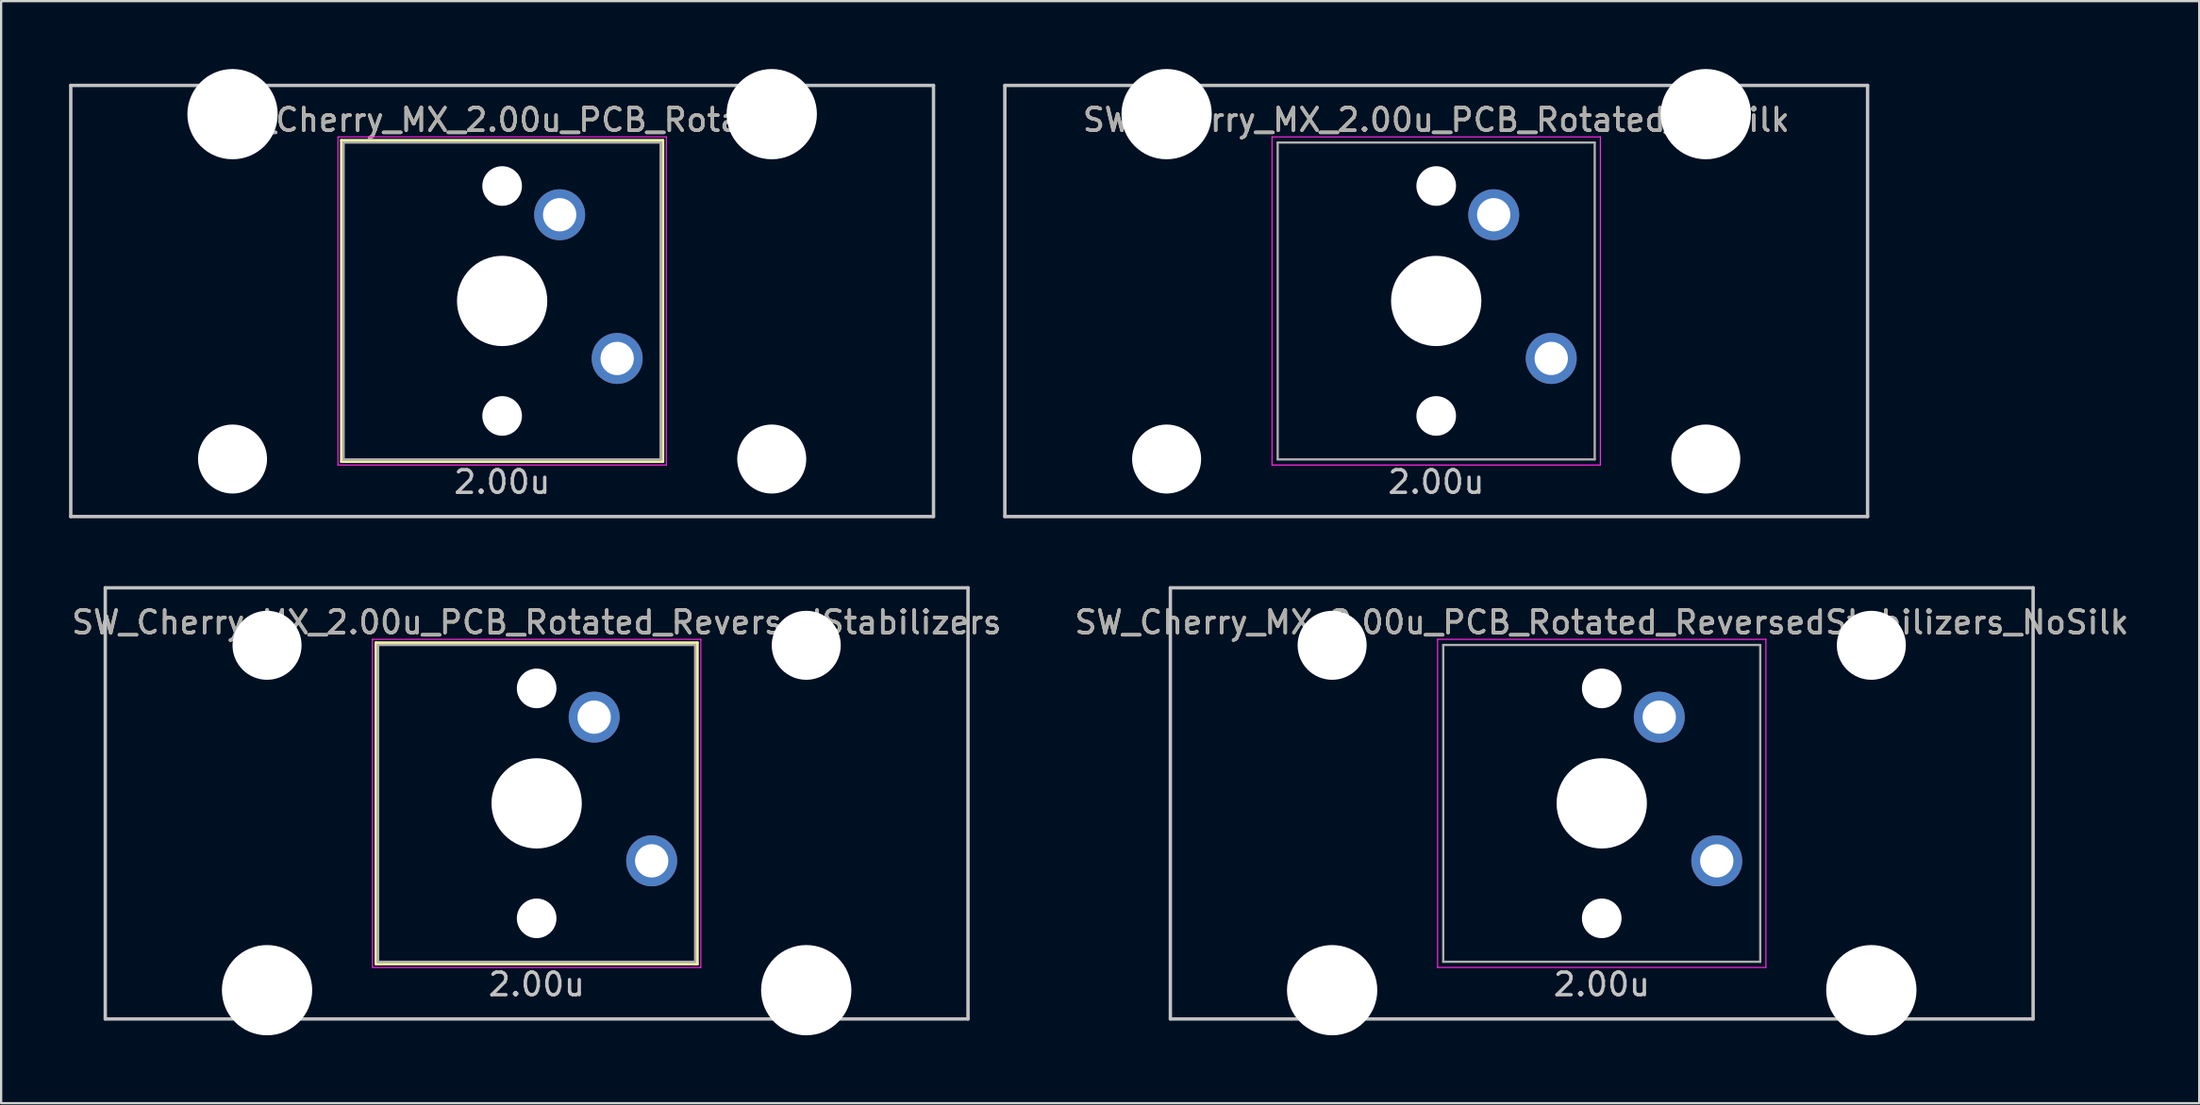
<source format=kicad_pcb>
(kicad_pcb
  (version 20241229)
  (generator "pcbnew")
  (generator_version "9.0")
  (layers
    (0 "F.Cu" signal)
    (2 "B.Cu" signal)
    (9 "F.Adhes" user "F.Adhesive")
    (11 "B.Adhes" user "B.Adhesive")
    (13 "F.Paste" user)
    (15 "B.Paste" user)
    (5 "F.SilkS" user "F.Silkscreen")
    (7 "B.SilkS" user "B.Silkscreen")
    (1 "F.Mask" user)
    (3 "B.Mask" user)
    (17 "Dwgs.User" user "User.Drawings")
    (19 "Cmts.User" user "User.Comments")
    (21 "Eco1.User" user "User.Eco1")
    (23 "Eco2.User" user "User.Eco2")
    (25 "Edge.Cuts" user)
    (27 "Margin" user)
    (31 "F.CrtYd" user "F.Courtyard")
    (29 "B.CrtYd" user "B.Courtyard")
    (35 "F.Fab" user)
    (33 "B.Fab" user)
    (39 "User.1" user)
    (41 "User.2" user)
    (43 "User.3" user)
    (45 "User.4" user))
  (footprint "SW_Cherry_MX_2.00u_PCB_Rotated_ReversedStabilizers_NoSilk"
    (layer "F.Cu")
    (at 67.685 32.449)
    (property "Reference" "SW_Cherry_MX_2.00u_PCB_Rotated_ReversedStabilizers_NoSilk" (at 0 -8 0) (layer "F.SilkS") (effects (font (size 1 1) (thickness 0.15))))
    (attr through_hole)
    (fp_line (start -19.05 9.525) (end -19.05 -9.525) (stroke (width 0.15) (type solid)) (layer "Dwgs.User"))
    (fp_line (start 19.05 -9.525) (end -19.05 -9.525) (stroke (width 0.15) (type solid)) (layer "Dwgs.User"))
    (fp_line (start 19.05 -9.525) (end 19.05 9.525) (stroke (width 0.15) (type solid)) (layer "Dwgs.User"))
    (fp_line (start 19.05 9.525) (end -19.05 9.525) (stroke (width 0.15) (type solid)) (layer "Dwgs.User"))
    (fp_line (start -7.25 -7.25) (end 7.25 -7.25) (stroke (width 0.05) (type solid)) (layer "F.CrtYd"))
    (fp_line (start -7.25 7.25) (end -7.25 -7.25) (stroke (width 0.05) (type solid)) (layer "F.CrtYd"))
    (fp_line (start 7.25 -7.25) (end 7.25 7.25) (stroke (width 0.05) (type solid)) (layer "F.CrtYd"))
    (fp_line (start 7.25 7.25) (end -7.25 7.25) (stroke (width 0.05) (type solid)) (layer "F.CrtYd"))
    (fp_line (start -7 -7) (end 7 -7) (stroke (width 0.1) (type solid)) (layer "F.Fab"))
    (fp_line (start -7 7) (end -7 -7) (stroke (width 0.1) (type solid)) (layer "F.Fab"))
    (fp_line (start 7 -7) (end 7 7) (stroke (width 0.1) (type solid)) (layer "F.Fab"))
    (fp_line (start 7 7) (end -7 7) (stroke (width 0.1) (type solid)) (layer "F.Fab"))
    (fp_text user "2.00u" (at 0 8 0) (layer "Dwgs.User") (effects (font (size 1 1) (thickness 0.15))))
    (fp_text user "${REFERENCE}" (at 0 -8 0) (layer "F.Fab") (effects (font (size 1 1) (thickness 0.15))))
    (pad "" np_thru_hole circle (at -11.906 -6.985 180) (size 3.048 3.048) (drill 3.048) (layers "*.Cu" "*.Mask"))
    (pad "" np_thru_hole circle (at -11.906 8.255 180) (size 3.988 3.988) (drill 3.988) (layers "*.Cu" "*.Mask"))
    (pad "" np_thru_hole circle (at 0 -5.08 318.1) (size 1.75 1.75) (drill 1.75) (layers "*.Cu" "*.Mask"))
    (pad "" np_thru_hole circle (at 0 0 270) (size 3.988 3.988) (drill 3.988) (layers "*.Cu" "*.Mask"))
    (pad "" np_thru_hole circle (at 0 5.08 318.1) (size 1.75 1.75) (drill 1.75) (layers "*.Cu" "*.Mask"))
    (pad "" np_thru_hole circle (at 11.906 -6.985 180) (size 3.048 3.048) (drill 3.048) (layers "*.Cu" "*.Mask"))
    (pad "" np_thru_hole circle (at 11.906 8.255 180) (size 3.988 3.988) (drill 3.988) (layers "*.Cu" "*.Mask"))
    (pad "1" thru_hole circle (at 2.54 -3.81 270) (size 2.25 2.25) (drill 1.47) (layers "*.Cu" "B.Mask"))
    (pad "2" thru_hole circle (at 5.08 2.54 270) (size 2.25 2.25) (drill 1.47) (layers "*.Cu" "B.Mask")))
  (footprint "SW_Cherry_MX_2.00u_PCB_Rotated_NoSilk"
    (layer "F.Cu")
    (at 60.375 10.249)
    (property "Reference" "SW_Cherry_MX_2.00u_PCB_Rotated_NoSilk" (at 0 -8 0) (layer "F.SilkS") (effects (font (size 1 1) (thickness 0.15))))
    (attr through_hole)
    (fp_line (start -19.05 9.525) (end -19.05 -9.525) (stroke (width 0.15) (type solid)) (layer "Dwgs.User"))
    (fp_line (start 19.05 -9.525) (end -19.05 -9.525) (stroke (width 0.15) (type solid)) (layer "Dwgs.User"))
    (fp_line (start 19.05 -9.525) (end 19.05 9.525) (stroke (width 0.15) (type solid)) (layer "Dwgs.User"))
    (fp_line (start 19.05 9.525) (end -19.05 9.525) (stroke (width 0.15) (type solid)) (layer "Dwgs.User"))
    (fp_line (start -7.25 -7.25) (end 7.25 -7.25) (stroke (width 0.05) (type solid)) (layer "F.CrtYd"))
    (fp_line (start -7.25 7.25) (end -7.25 -7.25) (stroke (width 0.05) (type solid)) (layer "F.CrtYd"))
    (fp_line (start 7.25 -7.25) (end 7.25 7.25) (stroke (width 0.05) (type solid)) (layer "F.CrtYd"))
    (fp_line (start 7.25 7.25) (end -7.25 7.25) (stroke (width 0.05) (type solid)) (layer "F.CrtYd"))
    (fp_line (start -7 -7) (end 7 -7) (stroke (width 0.1) (type solid)) (layer "F.Fab"))
    (fp_line (start -7 7) (end -7 -7) (stroke (width 0.1) (type solid)) (layer "F.Fab"))
    (fp_line (start 7 -7) (end 7 7) (stroke (width 0.1) (type solid)) (layer "F.Fab"))
    (fp_line (start 7 7) (end -7 7) (stroke (width 0.1) (type solid)) (layer "F.Fab"))
    (fp_text user "2.00u" (at 0 8 0) (layer "Dwgs.User") (effects (font (size 1 1) (thickness 0.15))))
    (fp_text user "${REFERENCE}" (at 0 -8 0) (layer "F.Fab") (effects (font (size 1 1) (thickness 0.15))))
    (pad "" np_thru_hole circle (at -11.906 -8.255 180) (size 3.988 3.988) (drill 3.988) (layers "*.Cu" "*.Mask"))
    (pad "" np_thru_hole circle (at -11.906 6.985 180) (size 3.048 3.048) (drill 3.048) (layers "*.Cu" "*.Mask"))
    (pad "" np_thru_hole circle (at 0 -5.08 318.1) (size 1.75 1.75) (drill 1.75) (layers "*.Cu" "*.Mask"))
    (pad "" np_thru_hole circle (at 0 0 270) (size 3.988 3.988) (drill 3.988) (layers "*.Cu" "*.Mask"))
    (pad "" np_thru_hole circle (at 0 5.08 318.1) (size 1.75 1.75) (drill 1.75) (layers "*.Cu" "*.Mask"))
    (pad "" np_thru_hole circle (at 11.906 -8.255 180) (size 3.988 3.988) (drill 3.988) (layers "*.Cu" "*.Mask"))
    (pad "" np_thru_hole circle (at 11.906 6.985 180) (size 3.048 3.048) (drill 3.048) (layers "*.Cu" "*.Mask"))
    (pad "1" thru_hole circle (at 2.54 -3.81 270) (size 2.25 2.25) (drill 1.47) (layers "*.Cu" "B.Mask"))
    (pad "2" thru_hole circle (at 5.08 2.54 270) (size 2.25 2.25) (drill 1.47) (layers "*.Cu" "B.Mask")))
  (footprint "SW_Cherry_MX_2.00u_PCB_Rotated"
    (layer "F.Cu")
    (at 19.125 10.249)
    (property "Reference" "SW_Cherry_MX_2.00u_PCB_Rotated" (at 0 -8 0) (layer "F.SilkS") (effects (font (size 1 1) (thickness 0.15))))
    (attr through_hole)
    (fp_line (start -7.1 -7.1) (end 7.1 -7.1) (stroke (width 0.12) (type solid)) (layer "F.SilkS"))
    (fp_line (start -7.1 7.1) (end -7.1 -7.1) (stroke (width 0.12) (type solid)) (layer "F.SilkS"))
    (fp_line (start 7.1 -7.1) (end 7.1 7.1) (stroke (width 0.12) (type solid)) (layer "F.SilkS"))
    (fp_line (start 7.1 7.1) (end -7.1 7.1) (stroke (width 0.12) (type solid)) (layer "F.SilkS"))
    (fp_line (start -19.05 9.525) (end -19.05 -9.525) (stroke (width 0.15) (type solid)) (layer "Dwgs.User"))
    (fp_line (start 19.05 -9.525) (end -19.05 -9.525) (stroke (width 0.15) (type solid)) (layer "Dwgs.User"))
    (fp_line (start 19.05 -9.525) (end 19.05 9.525) (stroke (width 0.15) (type solid)) (layer "Dwgs.User"))
    (fp_line (start 19.05 9.525) (end -19.05 9.525) (stroke (width 0.15) (type solid)) (layer "Dwgs.User"))
    (fp_line (start -7.25 -7.25) (end 7.25 -7.25) (stroke (width 0.05) (type solid)) (layer "F.CrtYd"))
    (fp_line (start -7.25 7.25) (end -7.25 -7.25) (stroke (width 0.05) (type solid)) (layer "F.CrtYd"))
    (fp_line (start 7.25 -7.25) (end 7.25 7.25) (stroke (width 0.05) (type solid)) (layer "F.CrtYd"))
    (fp_line (start 7.25 7.25) (end -7.25 7.25) (stroke (width 0.05) (type solid)) (layer "F.CrtYd"))
    (fp_line (start -7 -7) (end 7 -7) (stroke (width 0.1) (type solid)) (layer "F.Fab"))
    (fp_line (start -7 7) (end -7 -7) (stroke (width 0.1) (type solid)) (layer "F.Fab"))
    (fp_line (start 7 -7) (end 7 7) (stroke (width 0.1) (type solid)) (layer "F.Fab"))
    (fp_line (start 7 7) (end -7 7) (stroke (width 0.1) (type solid)) (layer "F.Fab"))
    (fp_text user "2.00u" (at 0 8 0) (layer "Dwgs.User") (effects (font (size 1 1) (thickness 0.15))))
    (fp_text user "${REFERENCE}" (at 0 -8 0) (layer "F.Fab") (effects (font (size 1 1) (thickness 0.15))))
    (pad "" np_thru_hole circle (at -11.906 -8.255 180) (size 3.988 3.988) (drill 3.988) (layers "*.Cu" "*.Mask"))
    (pad "" np_thru_hole circle (at -11.906 6.985 180) (size 3.048 3.048) (drill 3.048) (layers "*.Cu" "*.Mask"))
    (pad "" np_thru_hole circle (at 0 -5.08 318.1) (size 1.75 1.75) (drill 1.75) (layers "*.Cu" "*.Mask"))
    (pad "" np_thru_hole circle (at 0 0 270) (size 3.988 3.988) (drill 3.988) (layers "*.Cu" "*.Mask"))
    (pad "" np_thru_hole circle (at 0 5.08 318.1) (size 1.75 1.75) (drill 1.75) (layers "*.Cu" "*.Mask"))
    (pad "" np_thru_hole circle (at 11.906 -8.255 180) (size 3.988 3.988) (drill 3.988) (layers "*.Cu" "*.Mask"))
    (pad "" np_thru_hole circle (at 11.906 6.985 180) (size 3.048 3.048) (drill 3.048) (layers "*.Cu" "*.Mask"))
    (pad "1" thru_hole circle (at 2.54 -3.81 270) (size 2.25 2.25) (drill 1.47) (layers "*.Cu" "B.Mask"))
    (pad "2" thru_hole circle (at 5.08 2.54 270) (size 2.25 2.25) (drill 1.47) (layers "*.Cu" "B.Mask")))
  (footprint "SW_Cherry_MX_2.00u_PCB_Rotated_ReversedStabilizers"
    (layer "F.Cu")
    (at 20.649 32.449)
    (property "Reference" "SW_Cherry_MX_2.00u_PCB_Rotated_ReversedStabilizers" (at 0 -8 0) (layer "F.SilkS") (effects (font (size 1 1) (thickness 0.15))))
    (attr through_hole)
    (fp_line (start -7.1 -7.1) (end 7.1 -7.1) (stroke (width 0.12) (type solid)) (layer "F.SilkS"))
    (fp_line (start -7.1 7.1) (end -7.1 -7.1) (stroke (width 0.12) (type solid)) (layer "F.SilkS"))
    (fp_line (start 7.1 -7.1) (end 7.1 7.1) (stroke (width 0.12) (type solid)) (layer "F.SilkS"))
    (fp_line (start 7.1 7.1) (end -7.1 7.1) (stroke (width 0.12) (type solid)) (layer "F.SilkS"))
    (fp_line (start -19.05 9.525) (end -19.05 -9.525) (stroke (width 0.15) (type solid)) (layer "Dwgs.User"))
    (fp_line (start 19.05 -9.525) (end -19.05 -9.525) (stroke (width 0.15) (type solid)) (layer "Dwgs.User"))
    (fp_line (start 19.05 -9.525) (end 19.05 9.525) (stroke (width 0.15) (type solid)) (layer "Dwgs.User"))
    (fp_line (start 19.05 9.525) (end -19.05 9.525) (stroke (width 0.15) (type solid)) (layer "Dwgs.User"))
    (fp_line (start -7.25 -7.25) (end 7.25 -7.25) (stroke (width 0.05) (type solid)) (layer "F.CrtYd"))
    (fp_line (start -7.25 7.25) (end -7.25 -7.25) (stroke (width 0.05) (type solid)) (layer "F.CrtYd"))
    (fp_line (start 7.25 -7.25) (end 7.25 7.25) (stroke (width 0.05) (type solid)) (layer "F.CrtYd"))
    (fp_line (start 7.25 7.25) (end -7.25 7.25) (stroke (width 0.05) (type solid)) (layer "F.CrtYd"))
    (fp_line (start -7 -7) (end 7 -7) (stroke (width 0.1) (type solid)) (layer "F.Fab"))
    (fp_line (start -7 7) (end -7 -7) (stroke (width 0.1) (type solid)) (layer "F.Fab"))
    (fp_line (start 7 -7) (end 7 7) (stroke (width 0.1) (type solid)) (layer "F.Fab"))
    (fp_line (start 7 7) (end -7 7) (stroke (width 0.1) (type solid)) (layer "F.Fab"))
    (fp_text user "2.00u" (at 0 8 0) (layer "Dwgs.User") (effects (font (size 1 1) (thickness 0.15))))
    (fp_text user "${REFERENCE}" (at 0 -8 0) (layer "F.Fab") (effects (font (size 1 1) (thickness 0.15))))
    (pad "" np_thru_hole circle (at -11.906 -6.985 180) (size 3.048 3.048) (drill 3.048) (layers "*.Cu" "*.Mask"))
    (pad "" np_thru_hole circle (at -11.906 8.255 180) (size 3.988 3.988) (drill 3.988) (layers "*.Cu" "*.Mask"))
    (pad "" np_thru_hole circle (at 0 -5.08 318.1) (size 1.75 1.75) (drill 1.75) (layers "*.Cu" "*.Mask"))
    (pad "" np_thru_hole circle (at 0 0 270) (size 3.988 3.988) (drill 3.988) (layers "*.Cu" "*.Mask"))
    (pad "" np_thru_hole circle (at 0 5.08 318.1) (size 1.75 1.75) (drill 1.75) (layers "*.Cu" "*.Mask"))
    (pad "" np_thru_hole circle (at 11.906 -6.985 180) (size 3.048 3.048) (drill 3.048) (layers "*.Cu" "*.Mask"))
    (pad "" np_thru_hole circle (at 11.906 8.255 180) (size 3.988 3.988) (drill 3.988) (layers "*.Cu" "*.Mask"))
    (pad "1" thru_hole circle (at 2.54 -3.81 270) (size 2.25 2.25) (drill 1.47) (layers "*.Cu" "B.Mask"))
    (pad "2" thru_hole circle (at 5.08 2.54 270) (size 2.25 2.25) (drill 1.47) (layers "*.Cu" "B.Mask")))
  (gr_rect
    (start -3 -3)
    (end 94.071 45.698)
    (stroke (width 0.1) (type default))
    (fill no)
    (layer "Edge.Cuts")))
</source>
